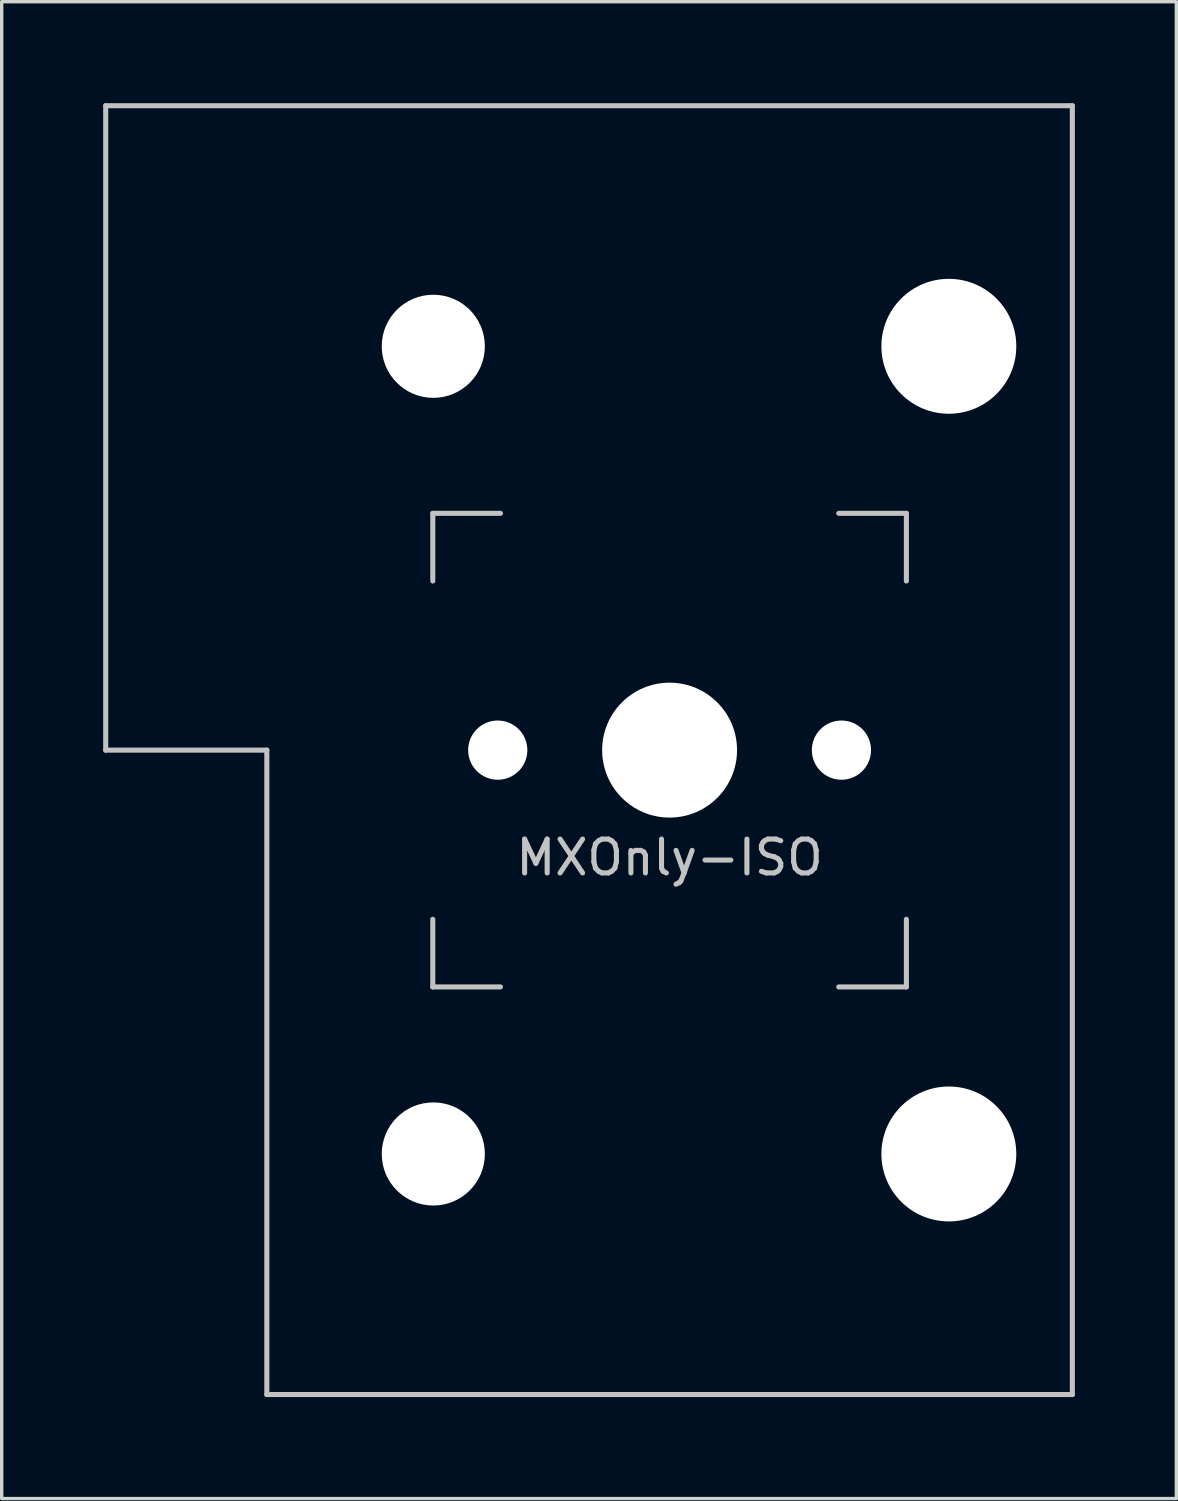
<source format=kicad_pcb>
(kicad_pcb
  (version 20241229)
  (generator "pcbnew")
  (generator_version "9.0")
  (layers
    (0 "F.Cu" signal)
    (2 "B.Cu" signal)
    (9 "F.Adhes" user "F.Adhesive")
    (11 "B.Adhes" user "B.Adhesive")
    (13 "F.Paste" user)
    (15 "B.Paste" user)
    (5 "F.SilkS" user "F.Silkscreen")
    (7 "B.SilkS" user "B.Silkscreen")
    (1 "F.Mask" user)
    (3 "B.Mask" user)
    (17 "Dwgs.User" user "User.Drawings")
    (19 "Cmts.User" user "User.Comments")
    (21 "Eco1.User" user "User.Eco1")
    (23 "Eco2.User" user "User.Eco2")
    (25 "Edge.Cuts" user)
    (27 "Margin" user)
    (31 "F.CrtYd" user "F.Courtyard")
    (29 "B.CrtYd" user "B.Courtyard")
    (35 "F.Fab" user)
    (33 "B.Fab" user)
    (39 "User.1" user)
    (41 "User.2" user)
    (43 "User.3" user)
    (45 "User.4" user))
  (footprint "MXOnly-ISO"
    (layer "F.Cu")
    (at 16.744 19.125)
    (property "Reference" "MXOnly-ISO" (at 0 3.175 0) (layer "Dwgs.User") (effects (font (size 1 1) (thickness 0.15))))
    (attr through_hole)
    (fp_line (start -16.669 -19.05) (end -16.669 0) (stroke (width 0.15) (type solid)) (layer "Dwgs.User"))
    (fp_line (start -16.669 -19.05) (end 11.906 -19.05) (stroke (width 0.15) (type solid)) (layer "Dwgs.User"))
    (fp_line (start -11.906 0) (end -16.669 0) (stroke (width 0.15) (type solid)) (layer "Dwgs.User"))
    (fp_line (start -11.906 19.05) (end -11.906 0) (stroke (width 0.15) (type solid)) (layer "Dwgs.User"))
    (fp_line (start -11.906 19.05) (end 11.906 19.05) (stroke (width 0.15) (type solid)) (layer "Dwgs.User"))
    (fp_line (start -7 -7) (end -7 -5) (stroke (width 0.15) (type solid)) (layer "Dwgs.User"))
    (fp_line (start -7 5) (end -7 7) (stroke (width 0.15) (type solid)) (layer "Dwgs.User"))
    (fp_line (start -7 7) (end -5 7) (stroke (width 0.15) (type solid)) (layer "Dwgs.User"))
    (fp_line (start -5 -7) (end -7 -7) (stroke (width 0.15) (type solid)) (layer "Dwgs.User"))
    (fp_line (start 5 -7) (end 7 -7) (stroke (width 0.15) (type solid)) (layer "Dwgs.User"))
    (fp_line (start 5 7) (end 7 7) (stroke (width 0.15) (type solid)) (layer "Dwgs.User"))
    (fp_line (start 7 -7) (end 7 -5) (stroke (width 0.15) (type solid)) (layer "Dwgs.User"))
    (fp_line (start 7 7) (end 7 5) (stroke (width 0.15) (type solid)) (layer "Dwgs.User"))
    (fp_line (start 11.906 -19.05) (end 11.906 19.05) (stroke (width 0.15) (type solid)) (layer "Dwgs.User"))
    (pad "" np_thru_hole circle (at -6.985 -11.938) (size 3.048 3.048) (drill 3.048) (layers "*.Cu" "*.Mask"))
    (pad "" np_thru_hole circle (at -6.985 11.938) (size 3.048 3.048) (drill 3.048) (layers "*.Cu" "*.Mask"))
    (pad "" np_thru_hole circle (at -5.08 0 48.1) (size 1.75 1.75) (drill 1.75) (layers "*.Cu" "*.Mask"))
    (pad "" np_thru_hole circle (at 0 0) (size 3.988 3.988) (drill 3.988) (layers "*.Cu" "*.Mask"))
    (pad "" np_thru_hole circle (at 5.08 0 48.1) (size 1.75 1.75) (drill 1.75) (layers "*.Cu" "*.Mask"))
    (pad "" np_thru_hole circle (at 8.255 -11.938) (size 3.988 3.988) (drill 3.988) (layers "*.Cu" "*.Mask"))
    (pad "" np_thru_hole circle (at 8.255 11.938) (size 3.988 3.988) (drill 3.988) (layers "*.Cu" "*.Mask")))
  (gr_rect
    (start -3 -3)
    (end 31.725 41.25)
    (stroke (width 0.1) (type default))
    (fill no)
    (layer "Edge.Cuts")))
</source>
